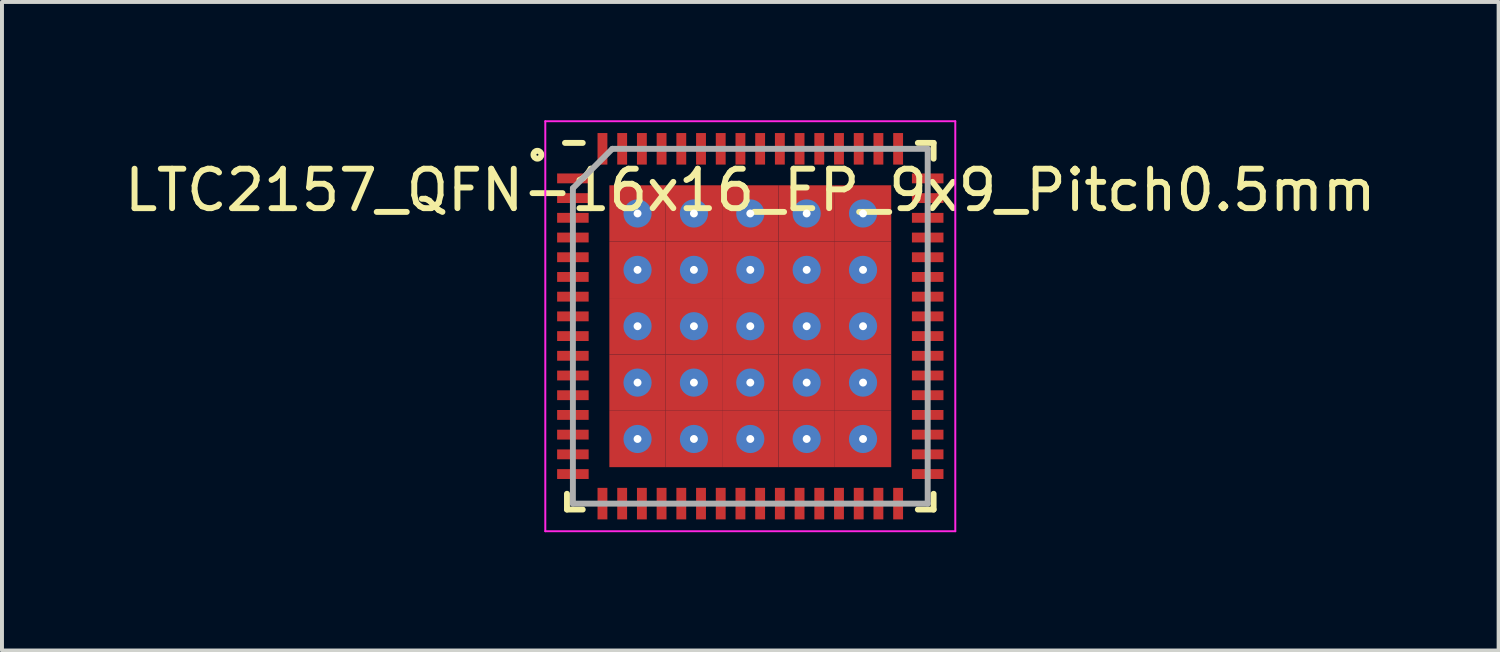
<source format=kicad_pcb>
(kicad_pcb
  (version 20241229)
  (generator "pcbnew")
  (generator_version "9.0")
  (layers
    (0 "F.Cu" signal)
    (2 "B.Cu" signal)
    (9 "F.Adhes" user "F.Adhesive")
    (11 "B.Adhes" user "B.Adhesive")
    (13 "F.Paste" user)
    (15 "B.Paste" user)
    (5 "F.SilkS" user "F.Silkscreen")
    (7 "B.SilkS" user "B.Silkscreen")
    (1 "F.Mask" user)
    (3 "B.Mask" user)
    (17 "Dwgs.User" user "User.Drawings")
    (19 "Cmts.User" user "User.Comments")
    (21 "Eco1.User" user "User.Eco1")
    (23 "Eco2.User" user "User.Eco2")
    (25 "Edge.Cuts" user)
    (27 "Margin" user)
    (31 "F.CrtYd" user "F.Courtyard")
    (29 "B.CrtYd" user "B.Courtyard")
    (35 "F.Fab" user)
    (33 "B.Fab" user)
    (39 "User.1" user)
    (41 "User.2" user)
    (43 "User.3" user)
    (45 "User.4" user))
  (footprint "LTC2157_QFN-16x16_EP_9x9_Pitch0.5mm"
    (layer "F.Cu")
    (at 15.982 5.225)
    (property "Reference" "LTC2157_QFN-16x16_EP_9x9_Pitch0.5mm" (at 0 -3.45 0) (layer "F.SilkS") (effects (font (size 1 1) (thickness 0.15))))
    (attr through_hole)
    (fp_line (start -4.65 4.65) (end -4.65 4.25) (stroke (width 0.15) (type default)) (layer "F.SilkS"))
    (fp_line (start -4.25 -4.65) (end -4.7 -4.65) (stroke (width 0.15) (type default)) (layer "F.SilkS"))
    (fp_line (start -4.25 4.65) (end -4.65 4.65) (stroke (width 0.15) (type default)) (layer "F.SilkS"))
    (fp_line (start 4.25 -4.65) (end 4.65 -4.65) (stroke (width 0.15) (type default)) (layer "F.SilkS"))
    (fp_line (start 4.25 4.65) (end 4.65 4.65) (stroke (width 0.15) (type default)) (layer "F.SilkS"))
    (fp_line (start 4.65 -4.65) (end 4.65 -4.25) (stroke (width 0.15) (type default)) (layer "F.SilkS"))
    (fp_line (start 4.65 4.65) (end 4.65 4.25) (stroke (width 0.15) (type default)) (layer "F.SilkS"))
    (fp_circle (center -5.4 -4.35) (end -5.4 -4.25) (stroke (width 0.15) (type default)) (fill no) (layer "F.SilkS"))
    (fp_line (start -5.2 -5.2) (end 5.2 -5.2) (stroke (width 0.05) (type default)) (layer "F.CrtYd"))
    (fp_line (start -5.2 5.2) (end -5.2 -5.2) (stroke (width 0.05) (type default)) (layer "F.CrtYd"))
    (fp_line (start 5.2 -5.2) (end 5.2 5.2) (stroke (width 0.05) (type default)) (layer "F.CrtYd"))
    (fp_line (start 5.2 5.2) (end -5.2 5.2) (stroke (width 0.05) (type default)) (layer "F.CrtYd"))
    (fp_line (start -4.5 -3.5) (end -4.5 4.5) (stroke (width 0.15) (type default)) (layer "F.Fab"))
    (fp_line (start -4.5 4.5) (end 4.5 4.5) (stroke (width 0.15) (type default)) (layer "F.Fab"))
    (fp_line (start -3.5 -4.5) (end -4.5 -3.5) (stroke (width 0.15) (type default)) (layer "F.Fab"))
    (fp_line (start 4.5 -4.5) (end -3.5 -4.5) (stroke (width 0.15) (type default)) (layer "F.Fab"))
    (fp_line (start 4.5 4.5) (end 4.5 -4.5) (stroke (width 0.15) (type default)) (layer "F.Fab"))
    (pad "1" smd rect (at -4.5 -3.75 90) (size 0.25 0.8) (layers "F.Cu" "F.Mask" "F.Paste"))
    (pad "2" smd rect (at -4.5 -3.25 90) (size 0.25 0.8) (layers "F.Cu" "F.Mask" "F.Paste"))
    (pad "3" smd rect (at -4.5 -2.75 90) (size 0.25 0.8) (layers "F.Cu" "F.Mask" "F.Paste"))
    (pad "4" smd rect (at -4.5 -2.25 90) (size 0.25 0.8) (layers "F.Cu" "F.Mask" "F.Paste"))
    (pad "5" smd rect (at -4.5 -1.75 90) (size 0.25 0.8) (layers "F.Cu" "F.Mask" "F.Paste"))
    (pad "6" smd rect (at -4.5 -1.25 90) (size 0.25 0.8) (layers "F.Cu" "F.Mask" "F.Paste"))
    (pad "7" smd rect (at -4.5 -0.75 90) (size 0.25 0.8) (layers "F.Cu" "F.Mask" "F.Paste"))
    (pad "8" smd rect (at -4.5 -0.25 90) (size 0.25 0.8) (layers "F.Cu" "F.Mask" "F.Paste"))
    (pad "9" smd rect (at -4.5 0.25 90) (size 0.25 0.8) (layers "F.Cu" "F.Mask" "F.Paste"))
    (pad "10" smd rect (at -4.5 0.75 90) (size 0.25 0.8) (layers "F.Cu" "F.Mask" "F.Paste"))
    (pad "11" smd rect (at -4.5 1.25 90) (size 0.25 0.8) (layers "F.Cu" "F.Mask" "F.Paste"))
    (pad "12" smd rect (at -4.5 1.75 90) (size 0.25 0.8) (layers "F.Cu" "F.Mask" "F.Paste"))
    (pad "13" smd rect (at -4.5 2.25 90) (size 0.25 0.8) (layers "F.Cu" "F.Mask" "F.Paste"))
    (pad "14" smd rect (at -4.5 2.75 90) (size 0.25 0.8) (layers "F.Cu" "F.Mask" "F.Paste"))
    (pad "15" smd rect (at -4.5 3.25 90) (size 0.25 0.8) (layers "F.Cu" "F.Mask" "F.Paste"))
    (pad "16" smd rect (at -4.5 3.75 90) (size 0.25 0.8) (layers "F.Cu" "F.Mask" "F.Paste"))
    (pad "17" smd rect (at -3.75 4.5) (size 0.25 0.8) (layers "F.Cu" "F.Mask" "F.Paste"))
    (pad "18" smd rect (at -3.25 4.5) (size 0.25 0.8) (layers "F.Cu" "F.Mask" "F.Paste"))
    (pad "19" smd rect (at -2.75 4.5) (size 0.25 0.8) (layers "F.Cu" "F.Mask" "F.Paste"))
    (pad "20" smd rect (at -2.25 4.5) (size 0.25 0.8) (layers "F.Cu" "F.Mask" "F.Paste"))
    (pad "21" smd rect (at -1.75 4.5) (size 0.25 0.8) (layers "F.Cu" "F.Mask" "F.Paste"))
    (pad "22" smd rect (at -1.25 4.5) (size 0.25 0.8) (layers "F.Cu" "F.Mask" "F.Paste"))
    (pad "23" smd rect (at -0.75 4.5) (size 0.25 0.8) (layers "F.Cu" "F.Mask" "F.Paste"))
    (pad "24" smd rect (at -0.25 4.5) (size 0.25 0.8) (layers "F.Cu" "F.Mask" "F.Paste"))
    (pad "25" smd rect (at 0.25 4.5) (size 0.25 0.8) (layers "F.Cu" "F.Mask" "F.Paste"))
    (pad "26" smd rect (at 0.75 4.5) (size 0.25 0.8) (layers "F.Cu" "F.Mask" "F.Paste"))
    (pad "27" smd rect (at 1.25 4.5) (size 0.25 0.8) (layers "F.Cu" "F.Mask" "F.Paste"))
    (pad "28" smd rect (at 1.75 4.5) (size 0.25 0.8) (layers "F.Cu" "F.Mask" "F.Paste"))
    (pad "29" smd rect (at 2.25 4.5) (size 0.25 0.8) (layers "F.Cu" "F.Mask" "F.Paste"))
    (pad "30" smd rect (at 2.75 4.5) (size 0.25 0.8) (layers "F.Cu" "F.Mask" "F.Paste"))
    (pad "31" smd rect (at 3.25 4.5) (size 0.25 0.8) (layers "F.Cu" "F.Mask" "F.Paste"))
    (pad "32" smd rect (at 3.75 4.5) (size 0.25 0.8) (layers "F.Cu" "F.Mask" "F.Paste"))
    (pad "33" smd rect (at 4.5 3.75 90) (size 0.25 0.8) (layers "F.Cu" "F.Mask" "F.Paste"))
    (pad "34" smd rect (at 4.5 3.25 90) (size 0.25 0.8) (layers "F.Cu" "F.Mask" "F.Paste"))
    (pad "35" smd rect (at 4.5 2.75 90) (size 0.25 0.8) (layers "F.Cu" "F.Mask" "F.Paste"))
    (pad "36" smd rect (at 4.5 2.25 90) (size 0.25 0.8) (layers "F.Cu" "F.Mask" "F.Paste"))
    (pad "37" smd rect (at 4.5 1.75 90) (size 0.25 0.8) (layers "F.Cu" "F.Mask" "F.Paste"))
    (pad "38" smd rect (at 4.5 1.25 90) (size 0.25 0.8) (layers "F.Cu" "F.Mask" "F.Paste"))
    (pad "39" smd rect (at 4.5 0.75 90) (size 0.25 0.8) (layers "F.Cu" "F.Mask" "F.Paste"))
    (pad "40" smd rect (at 4.5 0.25 90) (size 0.25 0.8) (layers "F.Cu" "F.Mask" "F.Paste"))
    (pad "41" smd rect (at 4.5 -0.25 90) (size 0.25 0.8) (layers "F.Cu" "F.Mask" "F.Paste"))
    (pad "42" smd rect (at 4.5 -0.75 90) (size 0.25 0.8) (layers "F.Cu" "F.Mask" "F.Paste"))
    (pad "43" smd rect (at 4.5 -1.25 90) (size 0.25 0.8) (layers "F.Cu" "F.Mask" "F.Paste"))
    (pad "44" smd rect (at 4.5 -1.75 90) (size 0.25 0.8) (layers "F.Cu" "F.Mask" "F.Paste"))
    (pad "45" smd rect (at 4.5 -2.25 90) (size 0.25 0.8) (layers "F.Cu" "F.Mask" "F.Paste"))
    (pad "46" smd rect (at 4.5 -2.75 90) (size 0.25 0.8) (layers "F.Cu" "F.Mask" "F.Paste"))
    (pad "47" smd rect (at 4.5 -3.25 90) (size 0.25 0.8) (layers "F.Cu" "F.Mask" "F.Paste"))
    (pad "48" smd rect (at 4.5 -3.75 90) (size 0.25 0.8) (layers "F.Cu" "F.Mask" "F.Paste"))
    (pad "49" smd rect (at 3.75 -4.5) (size 0.25 0.8) (layers "F.Cu" "F.Mask" "F.Paste"))
    (pad "50" smd rect (at 3.25 -4.5) (size 0.25 0.8) (layers "F.Cu" "F.Mask" "F.Paste"))
    (pad "51" smd rect (at 2.75 -4.5) (size 0.25 0.8) (layers "F.Cu" "F.Mask" "F.Paste"))
    (pad "52" smd rect (at 2.25 -4.5) (size 0.25 0.8) (layers "F.Cu" "F.Mask" "F.Paste"))
    (pad "53" smd rect (at 1.75 -4.5) (size 0.25 0.8) (layers "F.Cu" "F.Mask" "F.Paste"))
    (pad "54" smd rect (at 1.25 -4.5) (size 0.25 0.8) (layers "F.Cu" "F.Mask" "F.Paste"))
    (pad "55" smd rect (at 0.75 -4.5) (size 0.25 0.8) (layers "F.Cu" "F.Mask" "F.Paste"))
    (pad "56" smd rect (at 0.25 -4.5) (size 0.25 0.8) (layers "F.Cu" "F.Mask" "F.Paste"))
    (pad "57" smd rect (at -0.25 -4.5) (size 0.25 0.8) (layers "F.Cu" "F.Mask" "F.Paste"))
    (pad "58" smd rect (at -0.75 -4.5) (size 0.25 0.8) (layers "F.Cu" "F.Mask" "F.Paste"))
    (pad "59" smd rect (at -1.25 -4.5) (size 0.25 0.8) (layers "F.Cu" "F.Mask" "F.Paste"))
    (pad "60" smd rect (at -1.75 -4.5) (size 0.25 0.8) (layers "F.Cu" "F.Mask" "F.Paste"))
    (pad "61" smd rect (at -2.25 -4.5) (size 0.25 0.8) (layers "F.Cu" "F.Mask" "F.Paste"))
    (pad "62" smd rect (at -2.75 -4.5) (size 0.25 0.8) (layers "F.Cu" "F.Mask" "F.Paste"))
    (pad "63" smd rect (at -3.25 -4.5) (size 0.25 0.8) (layers "F.Cu" "F.Mask" "F.Paste"))
    (pad "64" smd rect (at -3.75 -4.5) (size 0.25 0.8) (layers "F.Cu" "F.Mask" "F.Paste"))
    (pad "65" thru_hole circle (at -2.86 -2.86) (size 0.715 0.715) (drill 0.2) (layers "*.Cu" "F.Mask") (remove_unused_layers yes) (keep_end_layers yes) (zone_layer_connections))
    (pad "65" smd rect (at -2.86 -2.86) (size 1.43 1.43) (layers "F.Cu" "F.Mask" "F.Paste"))
    (pad "65" thru_hole circle (at -2.86 -1.43) (size 0.715 0.715) (drill 0.2) (layers "*.Cu" "F.Mask") (remove_unused_layers yes) (keep_end_layers yes) (zone_layer_connections))
    (pad "65" smd rect (at -2.86 -1.43) (size 1.43 1.43) (layers "F.Cu" "F.Mask" "F.Paste"))
    (pad "65" thru_hole circle (at -2.86 0) (size 0.715 0.715) (drill 0.2) (layers "*.Cu" "F.Mask") (remove_unused_layers yes) (keep_end_layers yes) (zone_layer_connections))
    (pad "65" smd rect (at -2.86 0) (size 1.43 1.43) (layers "F.Cu" "F.Mask" "F.Paste"))
    (pad "65" thru_hole circle (at -2.86 1.43) (size 0.715 0.715) (drill 0.2) (layers "*.Cu" "F.Mask") (remove_unused_layers yes) (keep_end_layers yes) (zone_layer_connections))
    (pad "65" smd rect (at -2.86 1.43) (size 1.43 1.43) (layers "F.Cu" "F.Mask" "F.Paste"))
    (pad "65" thru_hole circle (at -2.86 2.86) (size 0.715 0.715) (drill 0.2) (layers "*.Cu" "F.Mask") (remove_unused_layers yes) (keep_end_layers yes) (zone_layer_connections))
    (pad "65" smd rect (at -2.86 2.86) (size 1.43 1.43) (layers "F.Cu" "F.Mask" "F.Paste"))
    (pad "65" thru_hole circle (at -1.43 -2.86) (size 0.715 0.715) (drill 0.2) (layers "*.Cu" "F.Mask") (remove_unused_layers yes) (keep_end_layers yes) (zone_layer_connections))
    (pad "65" smd rect (at -1.43 -2.86) (size 1.43 1.43) (layers "F.Cu" "F.Mask" "F.Paste"))
    (pad "65" thru_hole circle (at -1.43 -1.43) (size 0.715 0.715) (drill 0.2) (layers "*.Cu" "F.Mask") (remove_unused_layers yes) (keep_end_layers yes) (zone_layer_connections))
    (pad "65" smd rect (at -1.43 -1.43) (size 1.43 1.43) (layers "F.Cu" "F.Mask" "F.Paste"))
    (pad "65" thru_hole circle (at -1.43 0) (size 0.715 0.715) (drill 0.2) (layers "*.Cu" "F.Mask") (remove_unused_layers yes) (keep_end_layers yes) (zone_layer_connections))
    (pad "65" smd rect (at -1.43 0) (size 1.43 1.43) (layers "F.Cu" "F.Mask" "F.Paste"))
    (pad "65" thru_hole circle (at -1.43 1.43) (size 0.715 0.715) (drill 0.2) (layers "*.Cu" "F.Mask") (remove_unused_layers yes) (keep_end_layers yes) (zone_layer_connections))
    (pad "65" smd rect (at -1.43 1.43) (size 1.43 1.43) (layers "F.Cu" "F.Mask" "F.Paste"))
    (pad "65" thru_hole circle (at -1.43 2.86) (size 0.715 0.715) (drill 0.2) (layers "*.Cu" "F.Mask") (remove_unused_layers yes) (keep_end_layers yes) (zone_layer_connections))
    (pad "65" smd rect (at -1.43 2.86) (size 1.43 1.43) (layers "F.Cu" "F.Mask" "F.Paste"))
    (pad "65" thru_hole circle (at 0 -2.86) (size 0.715 0.715) (drill 0.2) (layers "*.Cu" "F.Mask") (remove_unused_layers yes) (keep_end_layers yes) (zone_layer_connections))
    (pad "65" smd rect (at 0 -2.86) (size 1.43 1.43) (layers "F.Cu" "F.Mask" "F.Paste"))
    (pad "65" thru_hole circle (at 0 -1.43) (size 0.715 0.715) (drill 0.2) (layers "*.Cu" "F.Mask") (remove_unused_layers yes) (keep_end_layers yes) (zone_layer_connections))
    (pad "65" smd rect (at 0 -1.43) (size 1.43 1.43) (layers "F.Cu" "F.Mask" "F.Paste"))
    (pad "65" thru_hole circle (at 0 0) (size 0.715 0.715) (drill 0.2) (layers "*.Cu" "F.Mask") (remove_unused_layers yes) (keep_end_layers yes) (zone_layer_connections))
    (pad "65" smd rect (at 0 0) (size 1.43 1.43) (layers "F.Cu" "F.Mask" "F.Paste"))
    (pad "65" thru_hole circle (at 0 1.43) (size 0.715 0.715) (drill 0.2) (layers "*.Cu" "F.Mask") (remove_unused_layers yes) (keep_end_layers yes) (zone_layer_connections))
    (pad "65" smd rect (at 0 1.43) (size 1.43 1.43) (layers "F.Cu" "F.Mask" "F.Paste"))
    (pad "65" thru_hole circle (at 0 2.86) (size 0.715 0.715) (drill 0.2) (layers "*.Cu" "F.Mask") (remove_unused_layers yes) (keep_end_layers yes) (zone_layer_connections))
    (pad "65" smd rect (at 0 2.86) (size 1.43 1.43) (layers "F.Cu" "F.Mask" "F.Paste"))
    (pad "65" thru_hole circle (at 1.43 -2.86) (size 0.715 0.715) (drill 0.2) (layers "*.Cu" "F.Mask") (remove_unused_layers yes) (keep_end_layers yes) (zone_layer_connections))
    (pad "65" smd rect (at 1.43 -2.86) (size 1.43 1.43) (layers "F.Cu" "F.Mask" "F.Paste"))
    (pad "65" thru_hole circle (at 1.43 -1.43) (size 0.715 0.715) (drill 0.2) (layers "*.Cu" "F.Mask") (remove_unused_layers yes) (keep_end_layers yes) (zone_layer_connections))
    (pad "65" smd rect (at 1.43 -1.43) (size 1.43 1.43) (layers "F.Cu" "F.Mask" "F.Paste"))
    (pad "65" thru_hole circle (at 1.43 0) (size 0.715 0.715) (drill 0.2) (layers "*.Cu" "F.Mask") (remove_unused_layers yes) (keep_end_layers yes) (zone_layer_connections))
    (pad "65" smd rect (at 1.43 0) (size 1.43 1.43) (layers "F.Cu" "F.Mask" "F.Paste"))
    (pad "65" thru_hole circle (at 1.43 1.43) (size 0.715 0.715) (drill 0.2) (layers "*.Cu" "F.Mask") (remove_unused_layers yes) (keep_end_layers yes) (zone_layer_connections))
    (pad "65" smd rect (at 1.43 1.43) (size 1.43 1.43) (layers "F.Cu" "F.Mask" "F.Paste"))
    (pad "65" thru_hole circle (at 1.43 2.86) (size 0.715 0.715) (drill 0.2) (layers "*.Cu" "F.Mask") (remove_unused_layers yes) (keep_end_layers yes) (zone_layer_connections))
    (pad "65" smd rect (at 1.43 2.86) (size 1.43 1.43) (layers "F.Cu" "F.Mask" "F.Paste"))
    (pad "65" thru_hole circle (at 2.86 -2.86) (size 0.715 0.715) (drill 0.2) (layers "*.Cu" "F.Mask") (remove_unused_layers yes) (keep_end_layers yes) (zone_layer_connections))
    (pad "65" smd rect (at 2.86 -2.86) (size 1.43 1.43) (layers "F.Cu" "F.Mask" "F.Paste"))
    (pad "65" thru_hole circle (at 2.86 -1.43) (size 0.715 0.715) (drill 0.2) (layers "*.Cu" "F.Mask") (remove_unused_layers yes) (keep_end_layers yes) (zone_layer_connections))
    (pad "65" smd rect (at 2.86 -1.43) (size 1.43 1.43) (layers "F.Cu" "F.Mask" "F.Paste"))
    (pad "65" thru_hole circle (at 2.86 0) (size 0.715 0.715) (drill 0.2) (layers "*.Cu" "F.Mask") (remove_unused_layers yes) (keep_end_layers yes) (zone_layer_connections))
    (pad "65" smd rect (at 2.86 0) (size 1.43 1.43) (layers "F.Cu" "F.Mask" "F.Paste"))
    (pad "65" thru_hole circle (at 2.86 1.43) (size 0.715 0.715) (drill 0.2) (layers "*.Cu" "F.Mask") (remove_unused_layers yes) (keep_end_layers yes) (zone_layer_connections))
    (pad "65" smd rect (at 2.86 1.43) (size 1.43 1.43) (layers "F.Cu" "F.Mask" "F.Paste"))
    (pad "65" thru_hole circle (at 2.86 2.86) (size 0.715 0.715) (drill 0.2) (layers "*.Cu" "F.Mask") (remove_unused_layers yes) (keep_end_layers yes) (zone_layer_connections))
    (pad "65" smd rect (at 2.86 2.86) (size 1.43 1.43) (layers "F.Cu" "F.Mask" "F.Paste")))
  (gr_rect
    (start -3 -3)
    (end 34.964 13.45)
    (stroke (width 0.1) (type default))
    (fill no)
    (layer "Edge.Cuts")))
</source>
